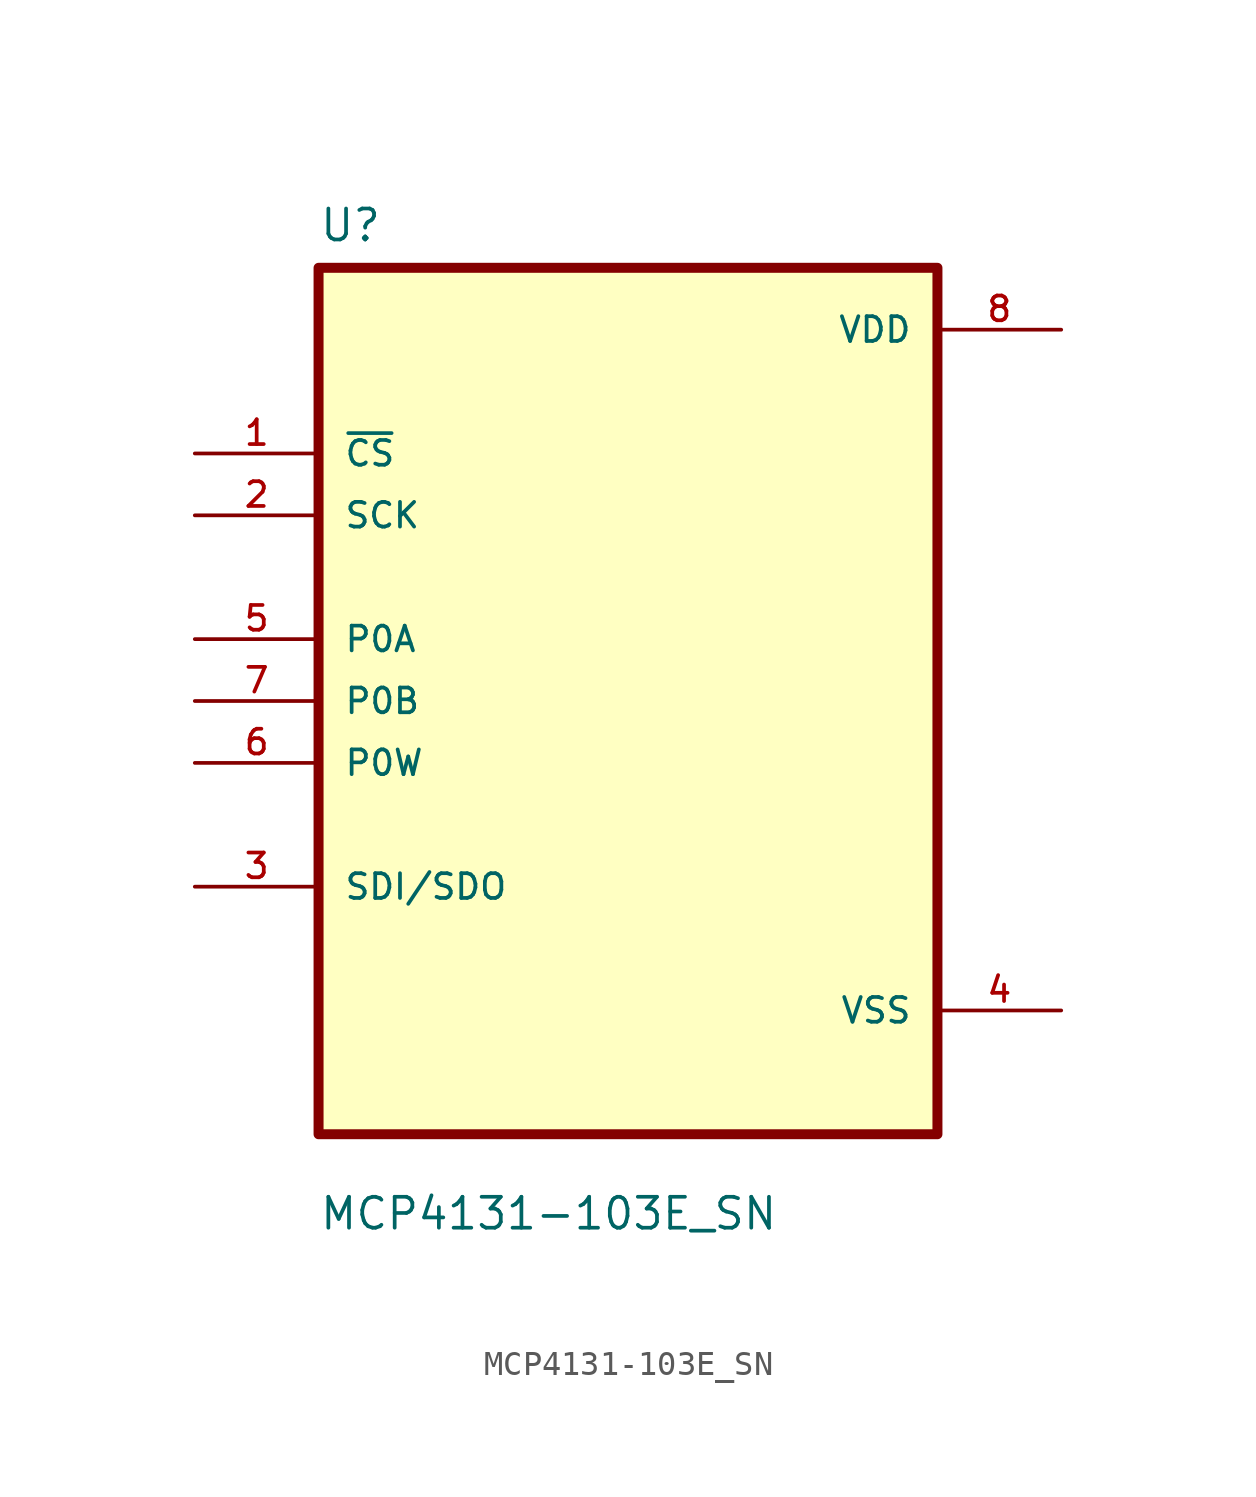
<source format=kicad_sym>
(kicad_symbol_lib
  (version 20211014)
  (generator kicad_symbol_editor)
  (symbol "MCP4131-103E_SN"
    (pin_names
      (offset 1.016))
    (property "Reference" "U"
      (at -12.7 18.78 0.0)
      (effects (font (size 1.27 1.27)) (justify bottom left)))
    (property "Value" "MCP4131-103E_SN"
      (at -12.7 -21.78 0.0)
      (effects (font (size 1.27 1.27)) (justify bottom left)))
    (symbol "MCP4131-103E_SN_0_0"
      (rectangle (start -12.7 -17.78) (end 12.7 17.78) (stroke (width 0.41)) (fill (type background)))
      (pin input line (at -17.78 10.16 0) (length 5.08) (name "~{CS}" (effects (font (size 1.016 1.016)))) (number "1" (effects (font (size 1.016 1.016)))))
      (pin input line (at -17.78 7.62 0) (length 5.08) (name "SCK" (effects (font (size 1.016 1.016)))) (number "2" (effects (font (size 1.016 1.016)))))
      (pin bidirectional line (at -17.78 2.54 0) (length 5.08) (name "P0A" (effects (font (size 1.016 1.016)))) (number "5" (effects (font (size 1.016 1.016)))))
      (pin bidirectional line (at -17.78 0.0 0) (length 5.08) (name "P0B" (effects (font (size 1.016 1.016)))) (number "7" (effects (font (size 1.016 1.016)))))
      (pin bidirectional line (at -17.78 -2.54 0) (length 5.08) (name "P0W" (effects (font (size 1.016 1.016)))) (number "6" (effects (font (size 1.016 1.016)))))
      (pin bidirectional line (at -17.78 -7.62 0) (length 5.08) (name "SDI/SDO" (effects (font (size 1.016 1.016)))) (number "3" (effects (font (size 1.016 1.016)))))
      (pin power_in line (at 17.78 15.24 180.0) (length 5.08) (name "VDD" (effects (font (size 1.016 1.016)))) (number "8" (effects (font (size 1.016 1.016)))))
      (pin power_in line (at 17.78 -12.7 180.0) (length 5.08) (name "VSS" (effects (font (size 1.016 1.016)))) (number "4" (effects (font (size 1.016 1.016))))))))
</source>
